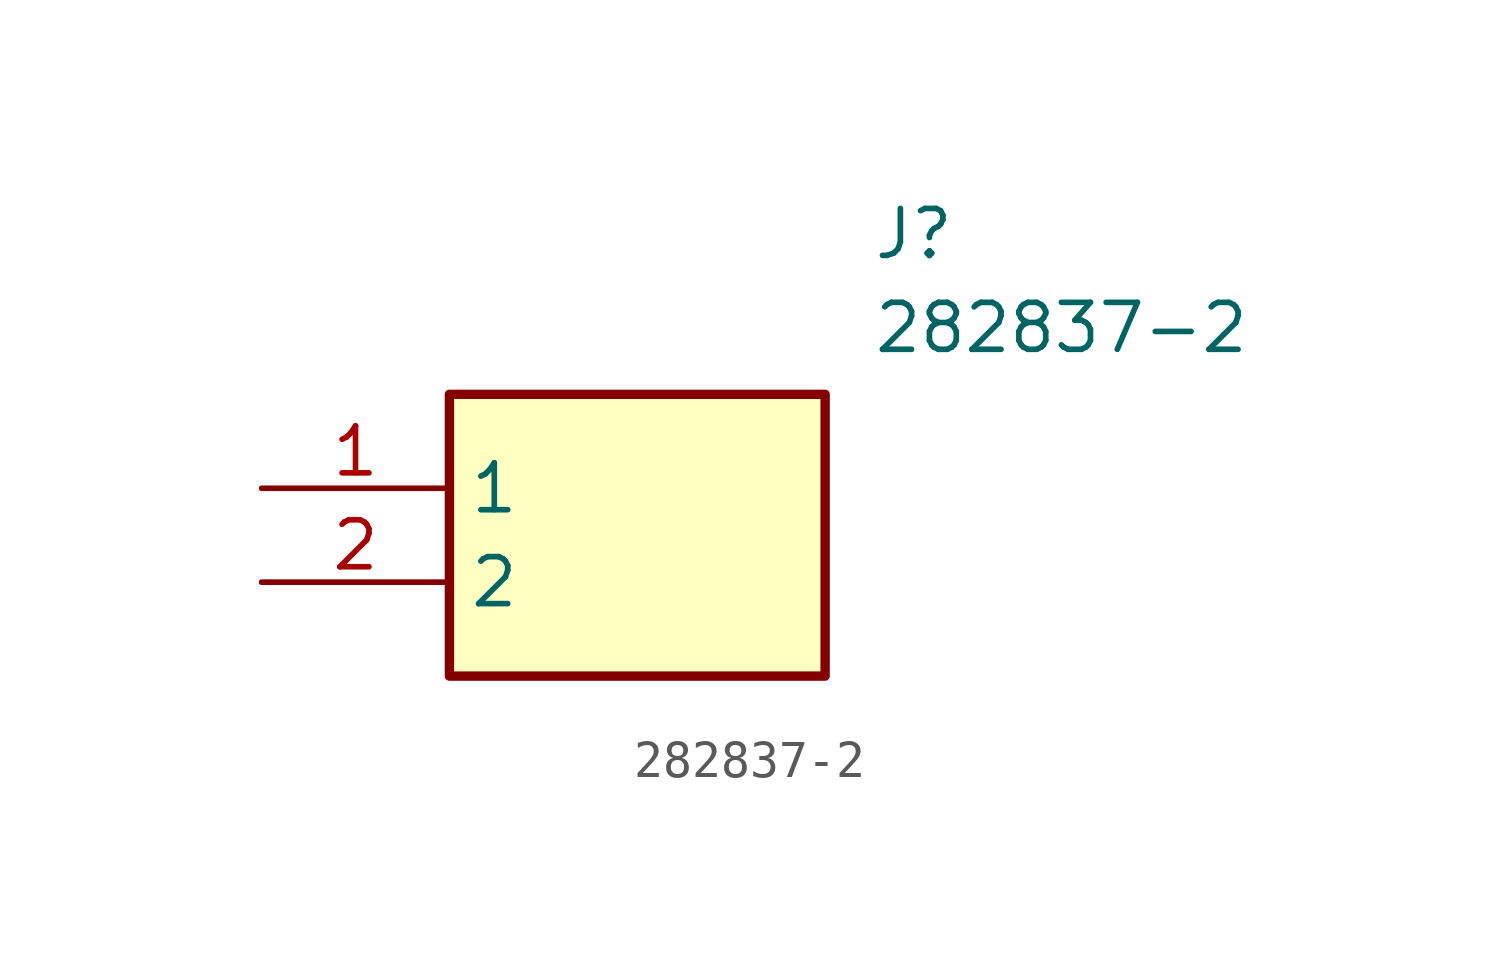
<source format=kicad_sym>
(kicad_symbol_lib
  (version 20211014)
  (generator SamacSys_ECAD_Model)
  (symbol "282837-2"
    (property "Reference" "J"
      (at 16.51 7.62 0)
      (effects (font (size 1.27 1.27)) (justify left top)))
    (property "Value" "282837-2"
      (at 16.51 5.08 0)
      (effects (font (size 1.27 1.27)) (justify left top)))
    (rectangle
      (start 5.08 2.54)
      (end 15.24 -5.08)
      (stroke (width 0.254) (type default))
      (fill (type background)))
    (pin passive line
      (at 0 0 0)
      (length 5.08)
      (name "1" (effects (font (size 1.27 1.27))))
      (number "1" (effects (font (size 1.27 1.27)))))
    (pin passive line
      (at 0 -2.54 0)
      (length 5.08)
      (name "2" (effects (font (size 1.27 1.27))))
      (number "2" (effects (font (size 1.27 1.27)))))))
</source>
